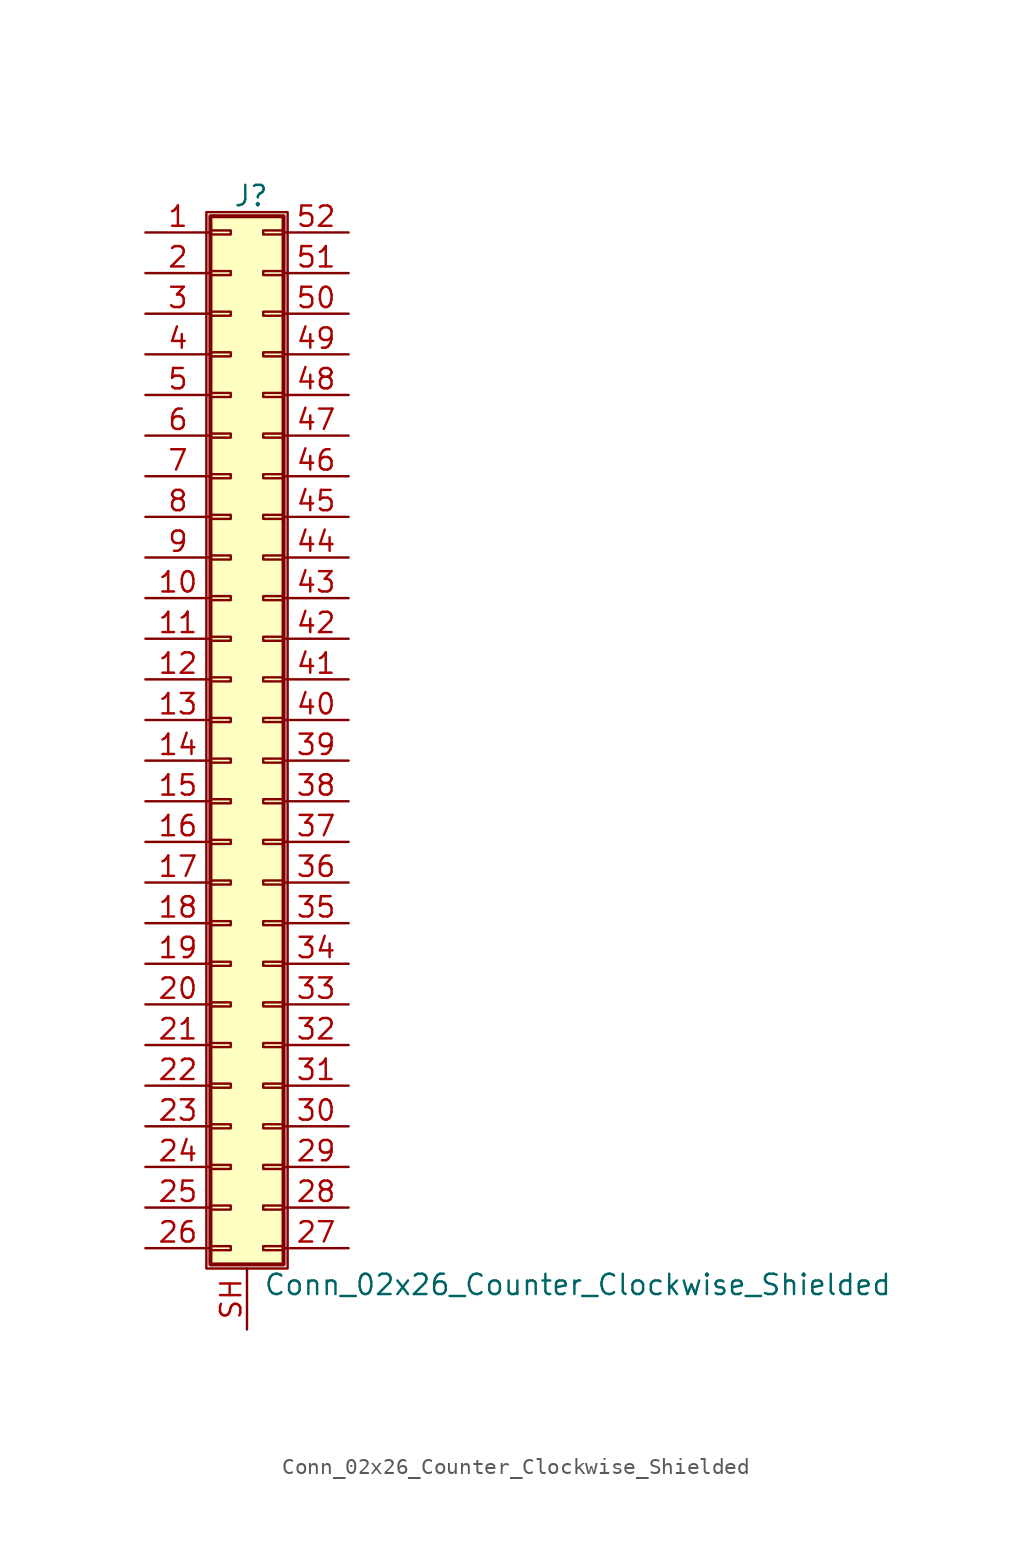
<source format=kicad_sym>
(kicad_symbol_lib
  (version 20220914)
  (generator kicad_symbol_editor)
  (symbol "Conn_02x26_Counter_Clockwise_Shielded"
    (pin_names
      (offset 1.016) hide)
    (property "Reference" "J"
      (at 1.524 32.766 0)
      (effects (font (size 1.27 1.27))))
    (property "Value" "Conn_02x26_Counter_Clockwise_Shielded"
      (at 2.286 -35.306 0)
      (effects (font (size 1.27 1.27)) (justify left)))
    (symbol "Conn_02x26_Counter_Clockwise_Shielded_1_1"
      (rectangle (start -1.27 31.75) (end 3.81 -34.29) (stroke (width 0.152) (type default)) (fill (type none)))
      (rectangle (start -1.016 -32.893) (end 0.254 -33.147) (stroke (width 0.152) (type default)) (fill (type none)))
      (rectangle (start -1.016 -30.353) (end 0.254 -30.607) (stroke (width 0.152) (type default)) (fill (type none)))
      (rectangle (start -1.016 -27.813) (end 0.254 -28.067) (stroke (width 0.152) (type default)) (fill (type none)))
      (rectangle (start -1.016 -25.273) (end 0.254 -25.527) (stroke (width 0.152) (type default)) (fill (type none)))
      (rectangle (start -1.016 -22.733) (end 0.254 -22.987) (stroke (width 0.152) (type default)) (fill (type none)))
      (rectangle (start -1.016 -20.193) (end 0.254 -20.447) (stroke (width 0.152) (type default)) (fill (type none)))
      (rectangle (start -1.016 -17.653) (end 0.254 -17.907) (stroke (width 0.152) (type default)) (fill (type none)))
      (rectangle (start -1.016 -15.113) (end 0.254 -15.367) (stroke (width 0.152) (type default)) (fill (type none)))
      (rectangle (start -1.016 -12.573) (end 0.254 -12.827) (stroke (width 0.152) (type default)) (fill (type none)))
      (rectangle (start -1.016 -10.033) (end 0.254 -10.287) (stroke (width 0.152) (type default)) (fill (type none)))
      (rectangle (start -1.016 -7.493) (end 0.254 -7.747) (stroke (width 0.152) (type default)) (fill (type none)))
      (rectangle (start -1.016 -4.953) (end 0.254 -5.207) (stroke (width 0.152) (type default)) (fill (type none)))
      (rectangle (start -1.016 -2.413) (end 0.254 -2.667) (stroke (width 0.152) (type default)) (fill (type none)))
      (rectangle (start -1.016 0.127) (end 0.254 -0.127) (stroke (width 0.152) (type default)) (fill (type none)))
      (rectangle (start -1.016 2.667) (end 0.254 2.413) (stroke (width 0.152) (type default)) (fill (type none)))
      (rectangle (start -1.016 5.207) (end 0.254 4.953) (stroke (width 0.152) (type default)) (fill (type none)))
      (rectangle (start -1.016 7.747) (end 0.254 7.493) (stroke (width 0.152) (type default)) (fill (type none)))
      (rectangle (start -1.016 10.287) (end 0.254 10.033) (stroke (width 0.152) (type default)) (fill (type none)))
      (rectangle (start -1.016 12.827) (end 0.254 12.573) (stroke (width 0.152) (type default)) (fill (type none)))
      (rectangle (start -1.016 15.367) (end 0.254 15.113) (stroke (width 0.152) (type default)) (fill (type none)))
      (rectangle (start -1.016 17.907) (end 0.254 17.653) (stroke (width 0.152) (type default)) (fill (type none)))
      (rectangle (start -1.016 20.447) (end 0.254 20.193) (stroke (width 0.152) (type default)) (fill (type none)))
      (rectangle (start -1.016 22.987) (end 0.254 22.733) (stroke (width 0.152) (type default)) (fill (type none)))
      (rectangle (start -1.016 25.527) (end 0.254 25.273) (stroke (width 0.152) (type default)) (fill (type none)))
      (rectangle (start -1.016 28.067) (end 0.254 27.813) (stroke (width 0.152) (type default)) (fill (type none)))
      (rectangle (start -1.016 30.607) (end 0.254 30.353) (stroke (width 0.152) (type default)) (fill (type none)))
      (rectangle (start -1.016 31.496) (end 3.556 -34.036) (stroke (width 0.254) (type default)) (fill (type background)))
      (rectangle (start 3.556 -32.893) (end 2.286 -33.147) (stroke (width 0.152) (type default)) (fill (type none)))
      (rectangle (start 3.556 -30.353) (end 2.286 -30.607) (stroke (width 0.152) (type default)) (fill (type none)))
      (rectangle (start 3.556 -27.813) (end 2.286 -28.067) (stroke (width 0.152) (type default)) (fill (type none)))
      (rectangle (start 3.556 -25.273) (end 2.286 -25.527) (stroke (width 0.152) (type default)) (fill (type none)))
      (rectangle (start 3.556 -22.733) (end 2.286 -22.987) (stroke (width 0.152) (type default)) (fill (type none)))
      (rectangle (start 3.556 -20.193) (end 2.286 -20.447) (stroke (width 0.152) (type default)) (fill (type none)))
      (rectangle (start 3.556 -17.653) (end 2.286 -17.907) (stroke (width 0.152) (type default)) (fill (type none)))
      (rectangle (start 3.556 -15.113) (end 2.286 -15.367) (stroke (width 0.152) (type default)) (fill (type none)))
      (rectangle (start 3.556 -12.573) (end 2.286 -12.827) (stroke (width 0.152) (type default)) (fill (type none)))
      (rectangle (start 3.556 -10.033) (end 2.286 -10.287) (stroke (width 0.152) (type default)) (fill (type none)))
      (rectangle (start 3.556 -7.493) (end 2.286 -7.747) (stroke (width 0.152) (type default)) (fill (type none)))
      (rectangle (start 3.556 -4.953) (end 2.286 -5.207) (stroke (width 0.152) (type default)) (fill (type none)))
      (rectangle (start 3.556 -2.413) (end 2.286 -2.667) (stroke (width 0.152) (type default)) (fill (type none)))
      (rectangle (start 3.556 0.127) (end 2.286 -0.127) (stroke (width 0.152) (type default)) (fill (type none)))
      (rectangle (start 3.556 2.667) (end 2.286 2.413) (stroke (width 0.152) (type default)) (fill (type none)))
      (rectangle (start 3.556 5.207) (end 2.286 4.953) (stroke (width 0.152) (type default)) (fill (type none)))
      (rectangle (start 3.556 7.747) (end 2.286 7.493) (stroke (width 0.152) (type default)) (fill (type none)))
      (rectangle (start 3.556 10.287) (end 2.286 10.033) (stroke (width 0.152) (type default)) (fill (type none)))
      (rectangle (start 3.556 12.827) (end 2.286 12.573) (stroke (width 0.152) (type default)) (fill (type none)))
      (rectangle (start 3.556 15.367) (end 2.286 15.113) (stroke (width 0.152) (type default)) (fill (type none)))
      (rectangle (start 3.556 17.907) (end 2.286 17.653) (stroke (width 0.152) (type default)) (fill (type none)))
      (rectangle (start 3.556 20.447) (end 2.286 20.193) (stroke (width 0.152) (type default)) (fill (type none)))
      (rectangle (start 3.556 22.987) (end 2.286 22.733) (stroke (width 0.152) (type default)) (fill (type none)))
      (rectangle (start 3.556 25.527) (end 2.286 25.273) (stroke (width 0.152) (type default)) (fill (type none)))
      (rectangle (start 3.556 28.067) (end 2.286 27.813) (stroke (width 0.152) (type default)) (fill (type none)))
      (rectangle (start 3.556 30.607) (end 2.286 30.353) (stroke (width 0.152) (type default)) (fill (type none)))
      (pin passive line (at -5.08 30.48 0) (length 4.064) (name "Pin_1" (effects (font (size 1.27 1.27)))) (number "1" (effects (font (size 1.27 1.27)))))
      (pin passive line (at -5.08 7.62 0) (length 4.064) (name "Pin_10" (effects (font (size 1.27 1.27)))) (number "10" (effects (font (size 1.27 1.27)))))
      (pin passive line (at -5.08 5.08 0) (length 4.064) (name "Pin_11" (effects (font (size 1.27 1.27)))) (number "11" (effects (font (size 1.27 1.27)))))
      (pin passive line (at -5.08 2.54 0) (length 4.064) (name "Pin_12" (effects (font (size 1.27 1.27)))) (number "12" (effects (font (size 1.27 1.27)))))
      (pin passive line (at -5.08 0 0) (length 4.064) (name "Pin_13" (effects (font (size 1.27 1.27)))) (number "13" (effects (font (size 1.27 1.27)))))
      (pin passive line (at -5.08 -2.54 0) (length 4.064) (name "Pin_14" (effects (font (size 1.27 1.27)))) (number "14" (effects (font (size 1.27 1.27)))))
      (pin passive line (at -5.08 -5.08 0) (length 4.064) (name "Pin_15" (effects (font (size 1.27 1.27)))) (number "15" (effects (font (size 1.27 1.27)))))
      (pin passive line (at -5.08 -7.62 0) (length 4.064) (name "Pin_16" (effects (font (size 1.27 1.27)))) (number "16" (effects (font (size 1.27 1.27)))))
      (pin passive line (at -5.08 -10.16 0) (length 4.064) (name "Pin_17" (effects (font (size 1.27 1.27)))) (number "17" (effects (font (size 1.27 1.27)))))
      (pin passive line (at -5.08 -12.7 0) (length 4.064) (name "Pin_18" (effects (font (size 1.27 1.27)))) (number "18" (effects (font (size 1.27 1.27)))))
      (pin passive line (at -5.08 -15.24 0) (length 4.064) (name "Pin_19" (effects (font (size 1.27 1.27)))) (number "19" (effects (font (size 1.27 1.27)))))
      (pin passive line (at -5.08 27.94 0) (length 4.064) (name "Pin_2" (effects (font (size 1.27 1.27)))) (number "2" (effects (font (size 1.27 1.27)))))
      (pin passive line (at -5.08 -17.78 0) (length 4.064) (name "Pin_20" (effects (font (size 1.27 1.27)))) (number "20" (effects (font (size 1.27 1.27)))))
      (pin passive line (at -5.08 -20.32 0) (length 4.064) (name "Pin_21" (effects (font (size 1.27 1.27)))) (number "21" (effects (font (size 1.27 1.27)))))
      (pin passive line (at -5.08 -22.86 0) (length 4.064) (name "Pin_22" (effects (font (size 1.27 1.27)))) (number "22" (effects (font (size 1.27 1.27)))))
      (pin passive line (at -5.08 -25.4 0) (length 4.064) (name "Pin_23" (effects (font (size 1.27 1.27)))) (number "23" (effects (font (size 1.27 1.27)))))
      (pin passive line (at -5.08 -27.94 0) (length 4.064) (name "Pin_24" (effects (font (size 1.27 1.27)))) (number "24" (effects (font (size 1.27 1.27)))))
      (pin passive line (at -5.08 -30.48 0) (length 4.064) (name "Pin_25" (effects (font (size 1.27 1.27)))) (number "25" (effects (font (size 1.27 1.27)))))
      (pin passive line (at -5.08 -33.02 0) (length 4.064) (name "Pin_26" (effects (font (size 1.27 1.27)))) (number "26" (effects (font (size 1.27 1.27)))))
      (pin passive line (at 7.62 -33.02 180) (length 4.064) (name "Pin_27" (effects (font (size 1.27 1.27)))) (number "27" (effects (font (size 1.27 1.27)))))
      (pin passive line (at 7.62 -30.48 180) (length 4.064) (name "Pin_28" (effects (font (size 1.27 1.27)))) (number "28" (effects (font (size 1.27 1.27)))))
      (pin passive line (at 7.62 -27.94 180) (length 4.064) (name "Pin_29" (effects (font (size 1.27 1.27)))) (number "29" (effects (font (size 1.27 1.27)))))
      (pin passive line (at -5.08 25.4 0) (length 4.064) (name "Pin_3" (effects (font (size 1.27 1.27)))) (number "3" (effects (font (size 1.27 1.27)))))
      (pin passive line (at 7.62 -25.4 180) (length 4.064) (name "Pin_30" (effects (font (size 1.27 1.27)))) (number "30" (effects (font (size 1.27 1.27)))))
      (pin passive line (at 7.62 -22.86 180) (length 4.064) (name "Pin_31" (effects (font (size 1.27 1.27)))) (number "31" (effects (font (size 1.27 1.27)))))
      (pin passive line (at 7.62 -20.32 180) (length 4.064) (name "Pin_32" (effects (font (size 1.27 1.27)))) (number "32" (effects (font (size 1.27 1.27)))))
      (pin passive line (at 7.62 -17.78 180) (length 4.064) (name "Pin_33" (effects (font (size 1.27 1.27)))) (number "33" (effects (font (size 1.27 1.27)))))
      (pin passive line (at 7.62 -15.24 180) (length 4.064) (name "Pin_34" (effects (font (size 1.27 1.27)))) (number "34" (effects (font (size 1.27 1.27)))))
      (pin passive line (at 7.62 -12.7 180) (length 4.064) (name "Pin_35" (effects (font (size 1.27 1.27)))) (number "35" (effects (font (size 1.27 1.27)))))
      (pin passive line (at 7.62 -10.16 180) (length 4.064) (name "Pin_36" (effects (font (size 1.27 1.27)))) (number "36" (effects (font (size 1.27 1.27)))))
      (pin passive line (at 7.62 -7.62 180) (length 4.064) (name "Pin_37" (effects (font (size 1.27 1.27)))) (number "37" (effects (font (size 1.27 1.27)))))
      (pin passive line (at 7.62 -5.08 180) (length 4.064) (name "Pin_38" (effects (font (size 1.27 1.27)))) (number "38" (effects (font (size 1.27 1.27)))))
      (pin passive line (at 7.62 -2.54 180) (length 4.064) (name "Pin_39" (effects (font (size 1.27 1.27)))) (number "39" (effects (font (size 1.27 1.27)))))
      (pin passive line (at -5.08 22.86 0) (length 4.064) (name "Pin_4" (effects (font (size 1.27 1.27)))) (number "4" (effects (font (size 1.27 1.27)))))
      (pin passive line (at 7.62 0 180) (length 4.064) (name "Pin_40" (effects (font (size 1.27 1.27)))) (number "40" (effects (font (size 1.27 1.27)))))
      (pin passive line (at 7.62 2.54 180) (length 4.064) (name "Pin_41" (effects (font (size 1.27 1.27)))) (number "41" (effects (font (size 1.27 1.27)))))
      (pin passive line (at 7.62 5.08 180) (length 4.064) (name "Pin_42" (effects (font (size 1.27 1.27)))) (number "42" (effects (font (size 1.27 1.27)))))
      (pin passive line (at 7.62 7.62 180) (length 4.064) (name "Pin_43" (effects (font (size 1.27 1.27)))) (number "43" (effects (font (size 1.27 1.27)))))
      (pin passive line (at 7.62 10.16 180) (length 4.064) (name "Pin_44" (effects (font (size 1.27 1.27)))) (number "44" (effects (font (size 1.27 1.27)))))
      (pin passive line (at 7.62 12.7 180) (length 4.064) (name "Pin_45" (effects (font (size 1.27 1.27)))) (number "45" (effects (font (size 1.27 1.27)))))
      (pin passive line (at 7.62 15.24 180) (length 4.064) (name "Pin_46" (effects (font (size 1.27 1.27)))) (number "46" (effects (font (size 1.27 1.27)))))
      (pin passive line (at 7.62 17.78 180) (length 4.064) (name "Pin_47" (effects (font (size 1.27 1.27)))) (number "47" (effects (font (size 1.27 1.27)))))
      (pin passive line (at 7.62 20.32 180) (length 4.064) (name "Pin_48" (effects (font (size 1.27 1.27)))) (number "48" (effects (font (size 1.27 1.27)))))
      (pin passive line (at 7.62 22.86 180) (length 4.064) (name "Pin_49" (effects (font (size 1.27 1.27)))) (number "49" (effects (font (size 1.27 1.27)))))
      (pin passive line (at -5.08 20.32 0) (length 4.064) (name "Pin_5" (effects (font (size 1.27 1.27)))) (number "5" (effects (font (size 1.27 1.27)))))
      (pin passive line (at 7.62 25.4 180) (length 4.064) (name "Pin_50" (effects (font (size 1.27 1.27)))) (number "50" (effects (font (size 1.27 1.27)))))
      (pin passive line (at 7.62 27.94 180) (length 4.064) (name "Pin_51" (effects (font (size 1.27 1.27)))) (number "51" (effects (font (size 1.27 1.27)))))
      (pin passive line (at 7.62 30.48 180) (length 4.064) (name "Pin_52" (effects (font (size 1.27 1.27)))) (number "52" (effects (font (size 1.27 1.27)))))
      (pin passive line (at -5.08 17.78 0) (length 4.064) (name "Pin_6" (effects (font (size 1.27 1.27)))) (number "6" (effects (font (size 1.27 1.27)))))
      (pin passive line (at -5.08 15.24 0) (length 4.064) (name "Pin_7" (effects (font (size 1.27 1.27)))) (number "7" (effects (font (size 1.27 1.27)))))
      (pin passive line (at -5.08 12.7 0) (length 4.064) (name "Pin_8" (effects (font (size 1.27 1.27)))) (number "8" (effects (font (size 1.27 1.27)))))
      (pin passive line (at -5.08 10.16 0) (length 4.064) (name "Pin_9" (effects (font (size 1.27 1.27)))) (number "9" (effects (font (size 1.27 1.27)))))
      (pin passive line (at 1.27 -38.1 90) (length 3.81) (name "Shield" (effects (font (size 1.27 1.27)))) (number "SH" (effects (font (size 1.27 1.27))))))))
</source>
